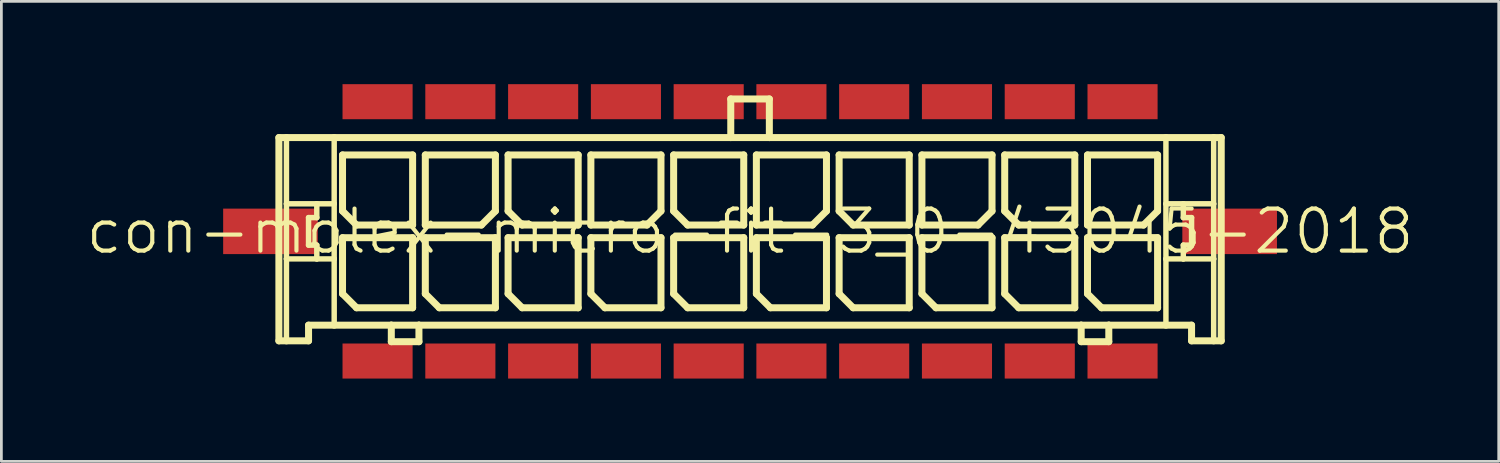
<source format=kicad_pcb>
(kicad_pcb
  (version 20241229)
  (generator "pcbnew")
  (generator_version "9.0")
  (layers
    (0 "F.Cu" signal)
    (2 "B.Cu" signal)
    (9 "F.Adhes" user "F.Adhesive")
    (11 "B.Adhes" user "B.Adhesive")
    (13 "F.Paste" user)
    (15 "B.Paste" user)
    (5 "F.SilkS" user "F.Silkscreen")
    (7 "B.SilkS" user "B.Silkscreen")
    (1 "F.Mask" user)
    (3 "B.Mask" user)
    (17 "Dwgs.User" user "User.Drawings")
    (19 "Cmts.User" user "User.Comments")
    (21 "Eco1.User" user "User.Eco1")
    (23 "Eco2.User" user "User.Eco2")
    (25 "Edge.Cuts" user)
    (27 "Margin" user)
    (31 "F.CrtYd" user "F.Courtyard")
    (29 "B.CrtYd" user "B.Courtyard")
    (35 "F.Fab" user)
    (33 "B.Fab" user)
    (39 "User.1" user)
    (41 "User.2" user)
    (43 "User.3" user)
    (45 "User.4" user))
  (footprint "con-molex-micro-fit-3_0-43045-2018"
    (layer "F.Cu")
    (at 24.13 5.334)
    (property "Reference" "con-molex-micro-fit-3_0-43045-2018" (at 0 0 0) (layer "F.SilkS") (effects (font (size 1.524 1.524) (thickness 0.15))))
    (attr smd)
    (fp_line (start -17.074 -3.399) (end -16.8 -3.399) (stroke (width 0.254) (type solid)) (layer "F.SilkS"))
    (fp_line (start -17.074 3.967) (end -17.074 -3.399) (stroke (width 0.254) (type solid)) (layer "F.SilkS"))
    (fp_line (start -16.8 -3.399) (end -15.07 -3.399) (stroke (width 0.254) (type solid)) (layer "F.SilkS"))
    (fp_line (start -16.8 -0.998) (end -16.8 -3.399) (stroke (width 0.198) (type solid)) (layer "F.SilkS"))
    (fp_line (start -16.8 0.998) (end -16.8 -0.998) (stroke (width 0.198) (type solid)) (layer "F.SilkS"))
    (fp_line (start -16.8 3.967) (end -17.074 3.967) (stroke (width 0.254) (type solid)) (layer "F.SilkS"))
    (fp_line (start -16.8 3.967) (end -16.8 0.998) (stroke (width 0.198) (type solid)) (layer "F.SilkS"))
    (fp_line (start -15.999 -0.498) (end -15.999 0.498) (stroke (width 0.198) (type solid)) (layer "F.SilkS"))
    (fp_line (start -15.999 0.498) (end -15.7 0.498) (stroke (width 0.198) (type solid)) (layer "F.SilkS"))
    (fp_line (start -15.999 3.399) (end -15.999 3.967) (stroke (width 0.254) (type solid)) (layer "F.SilkS"))
    (fp_line (start -15.999 3.967) (end -16.8 3.967) (stroke (width 0.254) (type solid)) (layer "F.SilkS"))
    (fp_line (start -15.7 -0.998) (end -16.8 -0.998) (stroke (width 0.198) (type solid)) (layer "F.SilkS"))
    (fp_line (start -15.7 -0.998) (end -15.7 -0.498) (stroke (width 0.198) (type solid)) (layer "F.SilkS"))
    (fp_line (start -15.7 -0.498) (end -15.999 -0.498) (stroke (width 0.198) (type solid)) (layer "F.SilkS"))
    (fp_line (start -15.7 0.498) (end -15.7 0.998) (stroke (width 0.198) (type solid)) (layer "F.SilkS"))
    (fp_line (start -15.7 0.998) (end -16.8 0.998) (stroke (width 0.198) (type solid)) (layer "F.SilkS"))
    (fp_line (start -15.07 -3.399) (end -0.699 -3.399) (stroke (width 0.254) (type solid)) (layer "F.SilkS"))
    (fp_line (start -15.07 -0.998) (end -15.7 -0.998) (stroke (width 0.198) (type solid)) (layer "F.SilkS"))
    (fp_line (start -15.07 -0.998) (end -15.07 -3.399) (stroke (width 0.198) (type solid)) (layer "F.SilkS"))
    (fp_line (start -15.07 0.998) (end -15.7 0.998) (stroke (width 0.198) (type solid)) (layer "F.SilkS"))
    (fp_line (start -15.07 0.998) (end -15.07 -0.998) (stroke (width 0.198) (type solid)) (layer "F.SilkS"))
    (fp_line (start -15.07 3.399) (end -15.999 3.399) (stroke (width 0.254) (type solid)) (layer "F.SilkS"))
    (fp_line (start -15.07 3.399) (end -15.07 0.998) (stroke (width 0.198) (type solid)) (layer "F.SilkS"))
    (fp_line (start -14.768 -2.769) (end -12.228 -2.769) (stroke (width 0.254) (type solid)) (layer "F.SilkS"))
    (fp_line (start -14.768 -0.737) (end -14.768 -2.769) (stroke (width 0.254) (type solid)) (layer "F.SilkS"))
    (fp_line (start -14.768 0.229) (end -12.228 0.229) (stroke (width 0.254) (type solid)) (layer "F.SilkS"))
    (fp_line (start -14.768 2.261) (end -14.768 0.229) (stroke (width 0.254) (type solid)) (layer "F.SilkS"))
    (fp_line (start -14.26 -0.229) (end -14.768 -0.737) (stroke (width 0.254) (type solid)) (layer "F.SilkS"))
    (fp_line (start -14.26 2.769) (end -14.768 2.261) (stroke (width 0.254) (type solid)) (layer "F.SilkS"))
    (fp_line (start -13 3.399) (end -15.07 3.399) (stroke (width 0.254) (type solid)) (layer "F.SilkS"))
    (fp_line (start -13 3.399) (end -13 3.998) (stroke (width 0.254) (type solid)) (layer "F.SilkS"))
    (fp_line (start -13 3.998) (end -11.999 3.998) (stroke (width 0.254) (type solid)) (layer "F.SilkS"))
    (fp_line (start -12.228 -2.769) (end -12.228 -0.229) (stroke (width 0.254) (type solid)) (layer "F.SilkS"))
    (fp_line (start -12.228 -0.229) (end -14.26 -0.229) (stroke (width 0.254) (type solid)) (layer "F.SilkS"))
    (fp_line (start -12.228 0.229) (end -12.228 2.769) (stroke (width 0.254) (type solid)) (layer "F.SilkS"))
    (fp_line (start -12.228 2.769) (end -14.26 2.769) (stroke (width 0.254) (type solid)) (layer "F.SilkS"))
    (fp_line (start -11.999 3.399) (end -13 3.399) (stroke (width 0.254) (type solid)) (layer "F.SilkS"))
    (fp_line (start -11.999 3.998) (end -11.999 3.399) (stroke (width 0.254) (type solid)) (layer "F.SilkS"))
    (fp_line (start -11.768 -2.769) (end -11.768 -0.229) (stroke (width 0.254) (type solid)) (layer "F.SilkS"))
    (fp_line (start -11.768 -0.229) (end -9.736 -0.229) (stroke (width 0.254) (type solid)) (layer "F.SilkS"))
    (fp_line (start -11.768 0.229) (end -9.228 0.229) (stroke (width 0.254) (type solid)) (layer "F.SilkS"))
    (fp_line (start -11.768 2.261) (end -11.768 0.229) (stroke (width 0.254) (type solid)) (layer "F.SilkS"))
    (fp_line (start -11.26 2.769) (end -11.768 2.261) (stroke (width 0.254) (type solid)) (layer "F.SilkS"))
    (fp_line (start -9.736 -0.229) (end -9.228 -0.737) (stroke (width 0.254) (type solid)) (layer "F.SilkS"))
    (fp_line (start -9.228 -2.769) (end -11.768 -2.769) (stroke (width 0.254) (type solid)) (layer "F.SilkS"))
    (fp_line (start -9.228 -0.737) (end -9.228 -2.769) (stroke (width 0.254) (type solid)) (layer "F.SilkS"))
    (fp_line (start -9.228 0.229) (end -9.228 2.769) (stroke (width 0.254) (type solid)) (layer "F.SilkS"))
    (fp_line (start -9.228 2.769) (end -11.26 2.769) (stroke (width 0.254) (type solid)) (layer "F.SilkS"))
    (fp_line (start -8.768 -2.769) (end -6.228 -2.769) (stroke (width 0.254) (type solid)) (layer "F.SilkS"))
    (fp_line (start -8.768 -0.737) (end -8.768 -2.769) (stroke (width 0.254) (type solid)) (layer "F.SilkS"))
    (fp_line (start -8.768 0.229) (end -6.228 0.229) (stroke (width 0.254) (type solid)) (layer "F.SilkS"))
    (fp_line (start -8.768 2.261) (end -8.768 0.229) (stroke (width 0.254) (type solid)) (layer "F.SilkS"))
    (fp_line (start -8.26 -0.229) (end -8.768 -0.737) (stroke (width 0.254) (type solid)) (layer "F.SilkS"))
    (fp_line (start -8.26 2.769) (end -8.768 2.261) (stroke (width 0.254) (type solid)) (layer "F.SilkS"))
    (fp_line (start -6.228 -2.769) (end -6.228 -0.229) (stroke (width 0.254) (type solid)) (layer "F.SilkS"))
    (fp_line (start -6.228 -0.229) (end -8.26 -0.229) (stroke (width 0.254) (type solid)) (layer "F.SilkS"))
    (fp_line (start -6.228 0.229) (end -6.228 2.769) (stroke (width 0.254) (type solid)) (layer "F.SilkS"))
    (fp_line (start -6.228 2.769) (end -8.26 2.769) (stroke (width 0.254) (type solid)) (layer "F.SilkS"))
    (fp_line (start -5.768 -2.769) (end -5.768 -0.229) (stroke (width 0.254) (type solid)) (layer "F.SilkS"))
    (fp_line (start -5.768 -0.229) (end -3.736 -0.229) (stroke (width 0.254) (type solid)) (layer "F.SilkS"))
    (fp_line (start -5.768 0.229) (end -3.228 0.229) (stroke (width 0.254) (type solid)) (layer "F.SilkS"))
    (fp_line (start -5.768 2.261) (end -5.768 0.229) (stroke (width 0.254) (type solid)) (layer "F.SilkS"))
    (fp_line (start -5.26 2.769) (end -5.768 2.261) (stroke (width 0.254) (type solid)) (layer "F.SilkS"))
    (fp_line (start -3.736 -0.229) (end -3.228 -0.737) (stroke (width 0.254) (type solid)) (layer "F.SilkS"))
    (fp_line (start -3.228 -2.769) (end -5.768 -2.769) (stroke (width 0.254) (type solid)) (layer "F.SilkS"))
    (fp_line (start -3.228 -0.737) (end -3.228 -2.769) (stroke (width 0.254) (type solid)) (layer "F.SilkS"))
    (fp_line (start -3.228 0.229) (end -3.228 2.769) (stroke (width 0.254) (type solid)) (layer "F.SilkS"))
    (fp_line (start -3.228 2.769) (end -5.26 2.769) (stroke (width 0.254) (type solid)) (layer "F.SilkS"))
    (fp_line (start -2.769 -2.769) (end -0.229 -2.769) (stroke (width 0.254) (type solid)) (layer "F.SilkS"))
    (fp_line (start -2.769 -0.737) (end -2.769 -2.769) (stroke (width 0.254) (type solid)) (layer "F.SilkS"))
    (fp_line (start -2.769 0.229) (end -0.229 0.229) (stroke (width 0.254) (type solid)) (layer "F.SilkS"))
    (fp_line (start -2.769 2.261) (end -2.769 0.229) (stroke (width 0.254) (type solid)) (layer "F.SilkS"))
    (fp_line (start -2.261 -0.229) (end -2.769 -0.737) (stroke (width 0.254) (type solid)) (layer "F.SilkS"))
    (fp_line (start -2.261 2.769) (end -2.769 2.261) (stroke (width 0.254) (type solid)) (layer "F.SilkS"))
    (fp_line (start -0.699 -4.798) (end -0.699 -3.399) (stroke (width 0.254) (type solid)) (layer "F.SilkS"))
    (fp_line (start -0.699 -4.798) (end 0.699 -4.798) (stroke (width 0.254) (type solid)) (layer "F.SilkS"))
    (fp_line (start -0.699 -3.399) (end 0.699 -3.399) (stroke (width 0.254) (type solid)) (layer "F.SilkS"))
    (fp_line (start -0.229 -2.769) (end -0.229 -0.229) (stroke (width 0.254) (type solid)) (layer "F.SilkS"))
    (fp_line (start -0.229 -0.229) (end -2.261 -0.229) (stroke (width 0.254) (type solid)) (layer "F.SilkS"))
    (fp_line (start -0.229 0.229) (end -0.229 2.769) (stroke (width 0.254) (type solid)) (layer "F.SilkS"))
    (fp_line (start -0.229 2.769) (end -2.261 2.769) (stroke (width 0.254) (type solid)) (layer "F.SilkS"))
    (fp_line (start 0.229 -2.769) (end 0.229 -0.229) (stroke (width 0.254) (type solid)) (layer "F.SilkS"))
    (fp_line (start 0.229 -0.229) (end 2.261 -0.229) (stroke (width 0.254) (type solid)) (layer "F.SilkS"))
    (fp_line (start 0.229 0.229) (end 2.769 0.229) (stroke (width 0.254) (type solid)) (layer "F.SilkS"))
    (fp_line (start 0.229 2.261) (end 0.229 0.229) (stroke (width 0.254) (type solid)) (layer "F.SilkS"))
    (fp_line (start 0.699 -4.798) (end 0.699 -3.399) (stroke (width 0.254) (type solid)) (layer "F.SilkS"))
    (fp_line (start 0.699 -3.399) (end 15.07 -3.399) (stroke (width 0.254) (type solid)) (layer "F.SilkS"))
    (fp_line (start 0.737 2.769) (end 0.229 2.261) (stroke (width 0.254) (type solid)) (layer "F.SilkS"))
    (fp_line (start 2.261 -0.229) (end 2.769 -0.737) (stroke (width 0.254) (type solid)) (layer "F.SilkS"))
    (fp_line (start 2.769 -2.769) (end 0.229 -2.769) (stroke (width 0.254) (type solid)) (layer "F.SilkS"))
    (fp_line (start 2.769 -0.737) (end 2.769 -2.769) (stroke (width 0.254) (type solid)) (layer "F.SilkS"))
    (fp_line (start 2.769 0.229) (end 2.769 2.769) (stroke (width 0.254) (type solid)) (layer "F.SilkS"))
    (fp_line (start 2.769 2.769) (end 0.737 2.769) (stroke (width 0.254) (type solid)) (layer "F.SilkS"))
    (fp_line (start 3.228 -2.769) (end 5.768 -2.769) (stroke (width 0.254) (type solid)) (layer "F.SilkS"))
    (fp_line (start 3.228 -0.737) (end 3.228 -2.769) (stroke (width 0.254) (type solid)) (layer "F.SilkS"))
    (fp_line (start 3.228 0.229) (end 5.768 0.229) (stroke (width 0.254) (type solid)) (layer "F.SilkS"))
    (fp_line (start 3.228 2.261) (end 3.228 0.229) (stroke (width 0.254) (type solid)) (layer "F.SilkS"))
    (fp_line (start 3.736 -0.229) (end 3.228 -0.737) (stroke (width 0.254) (type solid)) (layer "F.SilkS"))
    (fp_line (start 3.736 2.769) (end 3.228 2.261) (stroke (width 0.254) (type solid)) (layer "F.SilkS"))
    (fp_line (start 5.768 -2.769) (end 5.768 -0.229) (stroke (width 0.254) (type solid)) (layer "F.SilkS"))
    (fp_line (start 5.768 -0.229) (end 3.736 -0.229) (stroke (width 0.254) (type solid)) (layer "F.SilkS"))
    (fp_line (start 5.768 0.229) (end 5.768 2.769) (stroke (width 0.254) (type solid)) (layer "F.SilkS"))
    (fp_line (start 5.768 2.769) (end 3.736 2.769) (stroke (width 0.254) (type solid)) (layer "F.SilkS"))
    (fp_line (start 6.228 -2.769) (end 6.228 -0.229) (stroke (width 0.254) (type solid)) (layer "F.SilkS"))
    (fp_line (start 6.228 -0.229) (end 8.26 -0.229) (stroke (width 0.254) (type solid)) (layer "F.SilkS"))
    (fp_line (start 6.228 0.229) (end 8.768 0.229) (stroke (width 0.254) (type solid)) (layer "F.SilkS"))
    (fp_line (start 6.228 2.261) (end 6.228 0.229) (stroke (width 0.254) (type solid)) (layer "F.SilkS"))
    (fp_line (start 6.736 2.769) (end 6.228 2.261) (stroke (width 0.254) (type solid)) (layer "F.SilkS"))
    (fp_line (start 8.26 -0.229) (end 8.768 -0.737) (stroke (width 0.254) (type solid)) (layer "F.SilkS"))
    (fp_line (start 8.768 -2.769) (end 6.228 -2.769) (stroke (width 0.254) (type solid)) (layer "F.SilkS"))
    (fp_line (start 8.768 -0.737) (end 8.768 -2.769) (stroke (width 0.254) (type solid)) (layer "F.SilkS"))
    (fp_line (start 8.768 0.229) (end 8.768 2.769) (stroke (width 0.254) (type solid)) (layer "F.SilkS"))
    (fp_line (start 8.768 2.769) (end 6.736 2.769) (stroke (width 0.254) (type solid)) (layer "F.SilkS"))
    (fp_line (start 9.228 -2.769) (end 11.768 -2.769) (stroke (width 0.254) (type solid)) (layer "F.SilkS"))
    (fp_line (start 9.228 -0.737) (end 9.228 -2.769) (stroke (width 0.254) (type solid)) (layer "F.SilkS"))
    (fp_line (start 9.228 0.229) (end 11.768 0.229) (stroke (width 0.254) (type solid)) (layer "F.SilkS"))
    (fp_line (start 9.228 2.261) (end 9.228 0.229) (stroke (width 0.254) (type solid)) (layer "F.SilkS"))
    (fp_line (start 9.736 -0.229) (end 9.228 -0.737) (stroke (width 0.254) (type solid)) (layer "F.SilkS"))
    (fp_line (start 9.736 2.769) (end 9.228 2.261) (stroke (width 0.254) (type solid)) (layer "F.SilkS"))
    (fp_line (start 11.768 -2.769) (end 11.768 -0.229) (stroke (width 0.254) (type solid)) (layer "F.SilkS"))
    (fp_line (start 11.768 -0.229) (end 9.736 -0.229) (stroke (width 0.254) (type solid)) (layer "F.SilkS"))
    (fp_line (start 11.768 0.229) (end 11.768 2.769) (stroke (width 0.254) (type solid)) (layer "F.SilkS"))
    (fp_line (start 11.768 2.769) (end 9.736 2.769) (stroke (width 0.254) (type solid)) (layer "F.SilkS"))
    (fp_line (start 11.999 3.399) (end -11.999 3.399) (stroke (width 0.254) (type solid)) (layer "F.SilkS"))
    (fp_line (start 11.999 3.399) (end 11.999 3.998) (stroke (width 0.254) (type solid)) (layer "F.SilkS"))
    (fp_line (start 11.999 3.998) (end 13 3.998) (stroke (width 0.254) (type solid)) (layer "F.SilkS"))
    (fp_line (start 12.228 -2.769) (end 12.228 -0.229) (stroke (width 0.254) (type solid)) (layer "F.SilkS"))
    (fp_line (start 12.228 -0.229) (end 14.26 -0.229) (stroke (width 0.254) (type solid)) (layer "F.SilkS"))
    (fp_line (start 12.228 0.229) (end 14.768 0.229) (stroke (width 0.254) (type solid)) (layer "F.SilkS"))
    (fp_line (start 12.228 2.261) (end 12.228 0.229) (stroke (width 0.254) (type solid)) (layer "F.SilkS"))
    (fp_line (start 12.736 2.769) (end 12.228 2.261) (stroke (width 0.254) (type solid)) (layer "F.SilkS"))
    (fp_line (start 13 3.399) (end 11.999 3.399) (stroke (width 0.254) (type solid)) (layer "F.SilkS"))
    (fp_line (start 13 3.998) (end 13 3.399) (stroke (width 0.254) (type solid)) (layer "F.SilkS"))
    (fp_line (start 14.26 -0.229) (end 14.768 -0.737) (stroke (width 0.254) (type solid)) (layer "F.SilkS"))
    (fp_line (start 14.768 -2.769) (end 12.228 -2.769) (stroke (width 0.254) (type solid)) (layer "F.SilkS"))
    (fp_line (start 14.768 -0.737) (end 14.768 -2.769) (stroke (width 0.254) (type solid)) (layer "F.SilkS"))
    (fp_line (start 14.768 0.229) (end 14.768 2.769) (stroke (width 0.254) (type solid)) (layer "F.SilkS"))
    (fp_line (start 14.768 2.769) (end 12.736 2.769) (stroke (width 0.254) (type solid)) (layer "F.SilkS"))
    (fp_line (start 15.07 -3.399) (end 15.07 -0.998) (stroke (width 0.198) (type solid)) (layer "F.SilkS"))
    (fp_line (start 15.07 -3.399) (end 16.8 -3.399) (stroke (width 0.254) (type solid)) (layer "F.SilkS"))
    (fp_line (start 15.07 -0.998) (end 15.07 0.998) (stroke (width 0.198) (type solid)) (layer "F.SilkS"))
    (fp_line (start 15.07 -0.998) (end 15.7 -0.998) (stroke (width 0.198) (type solid)) (layer "F.SilkS"))
    (fp_line (start 15.07 0.998) (end 15.07 3.399) (stroke (width 0.198) (type solid)) (layer "F.SilkS"))
    (fp_line (start 15.07 0.998) (end 15.7 0.998) (stroke (width 0.198) (type solid)) (layer "F.SilkS"))
    (fp_line (start 15.07 3.399) (end 13 3.399) (stroke (width 0.254) (type solid)) (layer "F.SilkS"))
    (fp_line (start 15.7 -0.998) (end 15.7 -0.498) (stroke (width 0.198) (type solid)) (layer "F.SilkS"))
    (fp_line (start 15.7 -0.998) (end 16.8 -0.998) (stroke (width 0.198) (type solid)) (layer "F.SilkS"))
    (fp_line (start 15.7 -0.498) (end 15.999 -0.498) (stroke (width 0.198) (type solid)) (layer "F.SilkS"))
    (fp_line (start 15.7 0.498) (end 15.7 0.998) (stroke (width 0.198) (type solid)) (layer "F.SilkS"))
    (fp_line (start 15.7 0.998) (end 16.8 0.998) (stroke (width 0.198) (type solid)) (layer "F.SilkS"))
    (fp_line (start 15.999 -0.498) (end 15.999 0.498) (stroke (width 0.198) (type solid)) (layer "F.SilkS"))
    (fp_line (start 15.999 0.498) (end 15.7 0.498) (stroke (width 0.198) (type solid)) (layer "F.SilkS"))
    (fp_line (start 15.999 3.399) (end 15.07 3.399) (stroke (width 0.254) (type solid)) (layer "F.SilkS"))
    (fp_line (start 15.999 3.967) (end 15.999 3.399) (stroke (width 0.254) (type solid)) (layer "F.SilkS"))
    (fp_line (start 15.999 3.967) (end 16.8 3.967) (stroke (width 0.254) (type solid)) (layer "F.SilkS"))
    (fp_line (start 16.8 -3.399) (end 17.074 -3.399) (stroke (width 0.254) (type solid)) (layer "F.SilkS"))
    (fp_line (start 16.8 -0.998) (end 16.8 -3.399) (stroke (width 0.198) (type solid)) (layer "F.SilkS"))
    (fp_line (start 16.8 0.998) (end 16.8 -0.998) (stroke (width 0.198) (type solid)) (layer "F.SilkS"))
    (fp_line (start 16.8 3.967) (end 16.8 0.998) (stroke (width 0.198) (type solid)) (layer "F.SilkS"))
    (fp_line (start 16.8 3.967) (end 17.074 3.967) (stroke (width 0.254) (type solid)) (layer "F.SilkS"))
    (fp_line (start 17.074 -3.399) (end 17.074 3.967) (stroke (width 0.254) (type solid)) (layer "F.SilkS"))
    (pad "CLIP" smd rect (at -17.379 0) (size 3.429 1.648) (layers "F.Cu" "F.Mask" "F.Paste"))
    (pad "CLIP" smd rect (at 17.379 0) (size 3.429 1.648) (layers "F.Cu" "F.Mask" "F.Paste"))
    (pad "P$1" smd rect (at 13.498 4.699) (size 2.54 1.27) (layers "F.Cu" "F.Mask" "F.Paste"))
    (pad "P$2" smd rect (at 10.498 4.699) (size 2.54 1.27) (layers "F.Cu" "F.Mask" "F.Paste"))
    (pad "P$3" smd rect (at 7.498 4.699) (size 2.54 1.27) (layers "F.Cu" "F.Mask" "F.Paste"))
    (pad "P$4" smd rect (at 4.498 4.699) (size 2.54 1.27) (layers "F.Cu" "F.Mask" "F.Paste"))
    (pad "P$5" smd rect (at 1.499 4.699) (size 2.54 1.27) (layers "F.Cu" "F.Mask" "F.Paste"))
    (pad "P$6" smd rect (at -1.499 4.699) (size 2.54 1.27) (layers "F.Cu" "F.Mask" "F.Paste"))
    (pad "P$7" smd rect (at -4.498 4.699) (size 2.54 1.27) (layers "F.Cu" "F.Mask" "F.Paste"))
    (pad "P$8" smd rect (at -7.498 4.699) (size 2.54 1.27) (layers "F.Cu" "F.Mask" "F.Paste"))
    (pad "P$9" smd rect (at -10.498 4.699) (size 2.54 1.27) (layers "F.Cu" "F.Mask" "F.Paste"))
    (pad "P$10" smd rect (at -13.498 4.699) (size 2.54 1.27) (layers "F.Cu" "F.Mask" "F.Paste"))
    (pad "P$11" smd rect (at 13.498 -4.699) (size 2.54 1.27) (layers "F.Cu" "F.Mask" "F.Paste"))
    (pad "P$12" smd rect (at 10.498 -4.699) (size 2.54 1.27) (layers "F.Cu" "F.Mask" "F.Paste"))
    (pad "P$13" smd rect (at 7.498 -4.699) (size 2.54 1.27) (layers "F.Cu" "F.Mask" "F.Paste"))
    (pad "P$14" smd rect (at 4.498 -4.699) (size 2.54 1.27) (layers "F.Cu" "F.Mask" "F.Paste"))
    (pad "P$15" smd rect (at 1.499 -4.699) (size 2.54 1.27) (layers "F.Cu" "F.Mask" "F.Paste"))
    (pad "P$16" smd rect (at -1.499 -4.699) (size 2.54 1.27) (layers "F.Cu" "F.Mask" "F.Paste"))
    (pad "P$17" smd rect (at -4.498 -4.699) (size 2.54 1.27) (layers "F.Cu" "F.Mask" "F.Paste"))
    (pad "P$18" smd rect (at -7.498 -4.699) (size 2.54 1.27) (layers "F.Cu" "F.Mask" "F.Paste"))
    (pad "P$19" smd rect (at -10.498 -4.699) (size 2.54 1.27) (layers "F.Cu" "F.Mask" "F.Paste"))
    (pad "P$20" smd rect (at -13.498 -4.699) (size 2.54 1.27) (layers "F.Cu" "F.Mask" "F.Paste")))
  (gr_rect
    (start -3 -3)
    (end 51.26 13.668)
    (stroke (width 0.1) (type default))
    (fill no)
    (layer "Edge.Cuts")))
</source>
